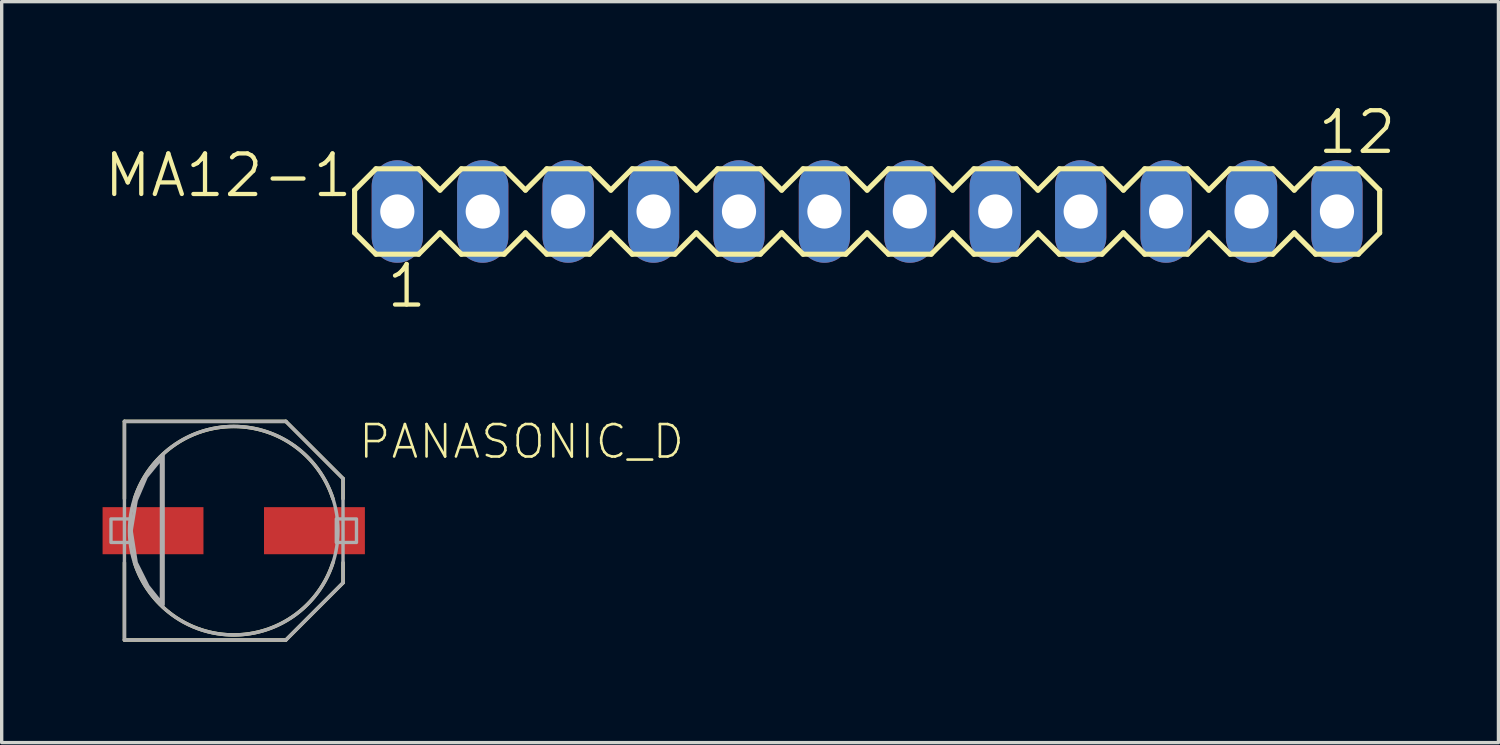
<source format=kicad_pcb>
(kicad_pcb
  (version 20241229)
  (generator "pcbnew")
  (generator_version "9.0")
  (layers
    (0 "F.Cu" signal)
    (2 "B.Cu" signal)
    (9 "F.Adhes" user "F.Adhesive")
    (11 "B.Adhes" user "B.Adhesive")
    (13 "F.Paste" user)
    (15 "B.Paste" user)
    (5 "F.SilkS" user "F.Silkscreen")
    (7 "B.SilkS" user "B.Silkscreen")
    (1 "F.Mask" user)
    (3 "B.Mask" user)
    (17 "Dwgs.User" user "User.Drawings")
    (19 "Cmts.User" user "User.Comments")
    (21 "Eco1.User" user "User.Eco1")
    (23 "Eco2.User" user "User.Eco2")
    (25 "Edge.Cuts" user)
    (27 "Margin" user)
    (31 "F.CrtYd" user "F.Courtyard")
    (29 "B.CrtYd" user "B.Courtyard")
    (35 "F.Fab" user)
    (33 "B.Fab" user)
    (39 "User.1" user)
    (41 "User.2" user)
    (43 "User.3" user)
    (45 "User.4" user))
  (footprint "PANASONIC_D"
    (layer "F.Cu")
    (at 3.9 12.73)
    (property "Reference" "PANASONIC_D" (at 3.661 -2.084 180) (layer "F.SilkS") (effects (font (size 0.965 0.965) (thickness 0.077)) (justify left bottom)))
    (attr through_hole)
    (fp_line (start -3.25 -3.25) (end 1.55 -3.25) (stroke (width 0.102) (type solid)) (layer "F.SilkS"))
    (fp_line (start -3.25 -0.95) (end -3.25 -3.25) (stroke (width 0.102) (type solid)) (layer "F.SilkS"))
    (fp_line (start -3.25 3.25) (end -3.25 0.95) (stroke (width 0.102) (type solid)) (layer "F.SilkS"))
    (fp_line (start 1.55 -3.25) (end 3.25 -1.55) (stroke (width 0.102) (type solid)) (layer "F.SilkS"))
    (fp_line (start 1.55 3.25) (end -3.25 3.25) (stroke (width 0.102) (type solid)) (layer "F.SilkS"))
    (fp_line (start 3.25 -1.55) (end 3.25 -0.95) (stroke (width 0.102) (type solid)) (layer "F.SilkS"))
    (fp_line (start 3.25 0.95) (end 3.25 1.55) (stroke (width 0.102) (type solid)) (layer "F.SilkS"))
    (fp_line (start 3.25 1.55) (end 1.55 3.25) (stroke (width 0.102) (type solid)) (layer "F.SilkS"))
    (fp_arc (start -2.95 -0.95) (mid 0 -3.099193) (end 2.95 -0.95) (stroke (width 0.1016) (type solid)) (layer "F.SilkS"))
    (fp_arc (start 2.95 0.95) (mid 0 3.099193) (end -2.95 0.95) (stroke (width 0.1016) (type solid)) (layer "F.SilkS"))
    (fp_line (start -3.25 -3.25) (end 1.55 -3.25) (stroke (width 0.102) (type solid)) (layer "F.Fab"))
    (fp_line (start -3.25 3.25) (end -3.25 -3.25) (stroke (width 0.102) (type solid)) (layer "F.Fab"))
    (fp_line (start -2.1 -2.25) (end -2.1 2.2) (stroke (width 0.102) (type solid)) (layer "F.Fab"))
    (fp_line (start 1.55 -3.25) (end 3.25 -1.55) (stroke (width 0.102) (type solid)) (layer "F.Fab"))
    (fp_line (start 1.55 3.25) (end -3.25 3.25) (stroke (width 0.102) (type solid)) (layer "F.Fab"))
    (fp_line (start 3.25 -1.55) (end 3.25 1.55) (stroke (width 0.102) (type solid)) (layer "F.Fab"))
    (fp_line (start 3.25 1.55) (end 1.55 3.25) (stroke (width 0.102) (type solid)) (layer "F.Fab"))
    (fp_circle (center 0 0) (end 3.1 0) (stroke (width 0.102) (type solid)) (fill no) (layer "F.Fab"))
    (fp_poly (pts (xy -3.65 0.35) (xy -3.05 0.35) (xy -3.05 -0.35) (xy -3.65 -0.35)) (stroke (width 0.1) (type solid)) (fill no) (layer "F.Fab"))
    (fp_poly (pts (xy 3.05 0.35) (xy 3.65 0.35) (xy 3.65 -0.35) (xy 3.05 -0.35)) (stroke (width 0.1) (type solid)) (fill no) (layer "F.Fab"))
    (fp_poly (pts (xy -2.15 -2.15) (xy -2.6 -1.6) (xy -2.9 -0.9) (xy -3.05 0) (xy -2.9 0.95) (xy -2.55 1.65) (xy -2.15 2.15) (xy -2.15 -2.1)) (stroke (width 0.1) (type solid)) (fill no) (layer "F.Fab"))
    (pad "+" smd rect (at 2.4 0) (size 3 1.4) (layers "F.Cu" "F.Mask" "F.Paste"))
    (pad "-" smd rect (at -2.4 0) (size 3 1.4) (layers "F.Cu" "F.Mask" "F.Paste")))
  (footprint "MA12-1"
    (layer "F.Cu")
    (at 22.734 3.239)
    (property "Reference" "MA12-1" (at -15.24 -1.778 0) (layer "F.SilkS") (effects (font (size 1.206 1.206) (thickness 0.127)) (justify right top)))
    (attr through_hole)
    (fp_line (start -15.24 -0.635) (end -15.24 0.635) (stroke (width 0.152) (type solid)) (layer "F.SilkS"))
    (fp_line (start -15.24 0.635) (end -14.605 1.27) (stroke (width 0.152) (type solid)) (layer "F.SilkS"))
    (fp_line (start -14.605 -1.27) (end -15.24 -0.635) (stroke (width 0.152) (type solid)) (layer "F.SilkS"))
    (fp_line (start -14.605 -1.27) (end -13.335 -1.27) (stroke (width 0.152) (type solid)) (layer "F.SilkS"))
    (fp_line (start -13.335 -1.27) (end -12.7 -0.635) (stroke (width 0.152) (type solid)) (layer "F.SilkS"))
    (fp_line (start -13.335 1.27) (end -14.605 1.27) (stroke (width 0.152) (type solid)) (layer "F.SilkS"))
    (fp_line (start -12.7 -0.635) (end -12.065 -1.27) (stroke (width 0.152) (type solid)) (layer "F.SilkS"))
    (fp_line (start -12.7 0.635) (end -13.335 1.27) (stroke (width 0.152) (type solid)) (layer "F.SilkS"))
    (fp_line (start -12.065 -1.27) (end -10.795 -1.27) (stroke (width 0.152) (type solid)) (layer "F.SilkS"))
    (fp_line (start -12.065 1.27) (end -12.7 0.635) (stroke (width 0.152) (type solid)) (layer "F.SilkS"))
    (fp_line (start -10.795 -1.27) (end -10.16 -0.635) (stroke (width 0.152) (type solid)) (layer "F.SilkS"))
    (fp_line (start -10.795 1.27) (end -12.065 1.27) (stroke (width 0.152) (type solid)) (layer "F.SilkS"))
    (fp_line (start -10.16 -0.635) (end -9.525 -1.27) (stroke (width 0.152) (type solid)) (layer "F.SilkS"))
    (fp_line (start -10.16 0.635) (end -10.795 1.27) (stroke (width 0.152) (type solid)) (layer "F.SilkS"))
    (fp_line (start -9.525 -1.27) (end -8.255 -1.27) (stroke (width 0.152) (type solid)) (layer "F.SilkS"))
    (fp_line (start -9.525 1.27) (end -10.16 0.635) (stroke (width 0.152) (type solid)) (layer "F.SilkS"))
    (fp_line (start -8.255 -1.27) (end -7.62 -0.635) (stroke (width 0.152) (type solid)) (layer "F.SilkS"))
    (fp_line (start -8.255 1.27) (end -9.525 1.27) (stroke (width 0.152) (type solid)) (layer "F.SilkS"))
    (fp_line (start -7.62 0.635) (end -8.255 1.27) (stroke (width 0.152) (type solid)) (layer "F.SilkS"))
    (fp_line (start -7.62 0.635) (end -6.985 1.27) (stroke (width 0.152) (type solid)) (layer "F.SilkS"))
    (fp_line (start -6.985 -1.27) (end -7.62 -0.635) (stroke (width 0.152) (type solid)) (layer "F.SilkS"))
    (fp_line (start -6.985 -1.27) (end -5.715 -1.27) (stroke (width 0.152) (type solid)) (layer "F.SilkS"))
    (fp_line (start -5.715 -1.27) (end -5.08 -0.635) (stroke (width 0.152) (type solid)) (layer "F.SilkS"))
    (fp_line (start -5.715 1.27) (end -6.985 1.27) (stroke (width 0.152) (type solid)) (layer "F.SilkS"))
    (fp_line (start -5.08 -0.635) (end -4.445 -1.27) (stroke (width 0.152) (type solid)) (layer "F.SilkS"))
    (fp_line (start -5.08 0.635) (end -5.715 1.27) (stroke (width 0.152) (type solid)) (layer "F.SilkS"))
    (fp_line (start -4.445 -1.27) (end -3.175 -1.27) (stroke (width 0.152) (type solid)) (layer "F.SilkS"))
    (fp_line (start -4.445 1.27) (end -5.08 0.635) (stroke (width 0.152) (type solid)) (layer "F.SilkS"))
    (fp_line (start -3.175 -1.27) (end -2.54 -0.635) (stroke (width 0.152) (type solid)) (layer "F.SilkS"))
    (fp_line (start -3.175 1.27) (end -4.445 1.27) (stroke (width 0.152) (type solid)) (layer "F.SilkS"))
    (fp_line (start -2.54 -0.635) (end -1.905 -1.27) (stroke (width 0.152) (type solid)) (layer "F.SilkS"))
    (fp_line (start -2.54 0.635) (end -3.175 1.27) (stroke (width 0.152) (type solid)) (layer "F.SilkS"))
    (fp_line (start -1.905 -1.27) (end -0.635 -1.27) (stroke (width 0.152) (type solid)) (layer "F.SilkS"))
    (fp_line (start -1.905 1.27) (end -2.54 0.635) (stroke (width 0.152) (type solid)) (layer "F.SilkS"))
    (fp_line (start -0.635 -1.27) (end 0 -0.635) (stroke (width 0.152) (type solid)) (layer "F.SilkS"))
    (fp_line (start -0.635 1.27) (end -1.905 1.27) (stroke (width 0.152) (type solid)) (layer "F.SilkS"))
    (fp_line (start 0 0.635) (end -0.635 1.27) (stroke (width 0.152) (type solid)) (layer "F.SilkS"))
    (fp_line (start 0 0.635) (end 0.635 1.27) (stroke (width 0.152) (type solid)) (layer "F.SilkS"))
    (fp_line (start 0.635 -1.27) (end 0 -0.635) (stroke (width 0.152) (type solid)) (layer "F.SilkS"))
    (fp_line (start 0.635 -1.27) (end 1.905 -1.27) (stroke (width 0.152) (type solid)) (layer "F.SilkS"))
    (fp_line (start 1.905 -1.27) (end 2.54 -0.635) (stroke (width 0.152) (type solid)) (layer "F.SilkS"))
    (fp_line (start 1.905 1.27) (end 0.635 1.27) (stroke (width 0.152) (type solid)) (layer "F.SilkS"))
    (fp_line (start 2.54 -0.635) (end 3.175 -1.27) (stroke (width 0.152) (type solid)) (layer "F.SilkS"))
    (fp_line (start 2.54 0.635) (end 1.905 1.27) (stroke (width 0.152) (type solid)) (layer "F.SilkS"))
    (fp_line (start 3.175 -1.27) (end 4.445 -1.27) (stroke (width 0.152) (type solid)) (layer "F.SilkS"))
    (fp_line (start 3.175 1.27) (end 2.54 0.635) (stroke (width 0.152) (type solid)) (layer "F.SilkS"))
    (fp_line (start 4.445 -1.27) (end 5.08 -0.635) (stroke (width 0.152) (type solid)) (layer "F.SilkS"))
    (fp_line (start 4.445 1.27) (end 3.175 1.27) (stroke (width 0.152) (type solid)) (layer "F.SilkS"))
    (fp_line (start 5.08 -0.635) (end 5.715 -1.27) (stroke (width 0.152) (type solid)) (layer "F.SilkS"))
    (fp_line (start 5.08 0.635) (end 4.445 1.27) (stroke (width 0.152) (type solid)) (layer "F.SilkS"))
    (fp_line (start 5.715 -1.27) (end 6.985 -1.27) (stroke (width 0.152) (type solid)) (layer "F.SilkS"))
    (fp_line (start 5.715 1.27) (end 5.08 0.635) (stroke (width 0.152) (type solid)) (layer "F.SilkS"))
    (fp_line (start 6.985 -1.27) (end 7.62 -0.635) (stroke (width 0.152) (type solid)) (layer "F.SilkS"))
    (fp_line (start 6.985 1.27) (end 5.715 1.27) (stroke (width 0.152) (type solid)) (layer "F.SilkS"))
    (fp_line (start 7.62 0.635) (end 6.985 1.27) (stroke (width 0.152) (type solid)) (layer "F.SilkS"))
    (fp_line (start 7.62 0.635) (end 8.255 1.27) (stroke (width 0.152) (type solid)) (layer "F.SilkS"))
    (fp_line (start 8.255 -1.27) (end 7.62 -0.635) (stroke (width 0.152) (type solid)) (layer "F.SilkS"))
    (fp_line (start 8.255 -1.27) (end 9.525 -1.27) (stroke (width 0.152) (type solid)) (layer "F.SilkS"))
    (fp_line (start 9.525 -1.27) (end 10.16 -0.635) (stroke (width 0.152) (type solid)) (layer "F.SilkS"))
    (fp_line (start 9.525 1.27) (end 8.255 1.27) (stroke (width 0.152) (type solid)) (layer "F.SilkS"))
    (fp_line (start 10.16 -0.635) (end 10.795 -1.27) (stroke (width 0.152) (type solid)) (layer "F.SilkS"))
    (fp_line (start 10.16 0.635) (end 9.525 1.27) (stroke (width 0.152) (type solid)) (layer "F.SilkS"))
    (fp_line (start 10.795 -1.27) (end 12.065 -1.27) (stroke (width 0.152) (type solid)) (layer "F.SilkS"))
    (fp_line (start 10.795 1.27) (end 10.16 0.635) (stroke (width 0.152) (type solid)) (layer "F.SilkS"))
    (fp_line (start 12.065 -1.27) (end 12.7 -0.635) (stroke (width 0.152) (type solid)) (layer "F.SilkS"))
    (fp_line (start 12.065 1.27) (end 10.795 1.27) (stroke (width 0.152) (type solid)) (layer "F.SilkS"))
    (fp_line (start 12.7 -0.635) (end 13.335 -1.27) (stroke (width 0.152) (type solid)) (layer "F.SilkS"))
    (fp_line (start 12.7 0.635) (end 12.065 1.27) (stroke (width 0.152) (type solid)) (layer "F.SilkS"))
    (fp_line (start 13.335 -1.27) (end 14.605 -1.27) (stroke (width 0.152) (type solid)) (layer "F.SilkS"))
    (fp_line (start 13.335 1.27) (end 12.7 0.635) (stroke (width 0.152) (type solid)) (layer "F.SilkS"))
    (fp_line (start 14.605 -1.27) (end 15.24 -0.635) (stroke (width 0.152) (type solid)) (layer "F.SilkS"))
    (fp_line (start 14.605 1.27) (end 13.335 1.27) (stroke (width 0.152) (type solid)) (layer "F.SilkS"))
    (fp_line (start 15.24 -0.635) (end 15.24 0.635) (stroke (width 0.152) (type solid)) (layer "F.SilkS"))
    (fp_line (start 15.24 0.635) (end 14.605 1.27) (stroke (width 0.152) (type solid)) (layer "F.SilkS"))
    (fp_poly (pts (xy -14.224 0.254) (xy -13.716 0.254) (xy -13.716 -0.254) (xy -14.224 -0.254)) (stroke (width 0.1) (type solid)) (fill no) (layer "F.Fab"))
    (fp_poly (pts (xy -11.684 0.254) (xy -11.176 0.254) (xy -11.176 -0.254) (xy -11.684 -0.254)) (stroke (width 0.1) (type solid)) (fill no) (layer "F.Fab"))
    (fp_poly (pts (xy -9.144 0.254) (xy -8.636 0.254) (xy -8.636 -0.254) (xy -9.144 -0.254)) (stroke (width 0.1) (type solid)) (fill no) (layer "F.Fab"))
    (fp_poly (pts (xy -6.604 0.254) (xy -6.096 0.254) (xy -6.096 -0.254) (xy -6.604 -0.254)) (stroke (width 0.1) (type solid)) (fill no) (layer "F.Fab"))
    (fp_poly (pts (xy -4.064 0.254) (xy -3.556 0.254) (xy -3.556 -0.254) (xy -4.064 -0.254)) (stroke (width 0.1) (type solid)) (fill no) (layer "F.Fab"))
    (fp_poly (pts (xy -1.524 0.254) (xy -1.016 0.254) (xy -1.016 -0.254) (xy -1.524 -0.254)) (stroke (width 0.1) (type solid)) (fill no) (layer "F.Fab"))
    (fp_poly (pts (xy 1.016 0.254) (xy 1.524 0.254) (xy 1.524 -0.254) (xy 1.016 -0.254)) (stroke (width 0.1) (type solid)) (fill no) (layer "F.Fab"))
    (fp_poly (pts (xy 3.556 0.254) (xy 4.064 0.254) (xy 4.064 -0.254) (xy 3.556 -0.254)) (stroke (width 0.1) (type solid)) (fill no) (layer "F.Fab"))
    (fp_poly (pts (xy 6.096 0.254) (xy 6.604 0.254) (xy 6.604 -0.254) (xy 6.096 -0.254)) (stroke (width 0.1) (type solid)) (fill no) (layer "F.Fab"))
    (fp_poly (pts (xy 8.636 0.254) (xy 9.144 0.254) (xy 9.144 -0.254) (xy 8.636 -0.254)) (stroke (width 0.1) (type solid)) (fill no) (layer "F.Fab"))
    (fp_poly (pts (xy 11.176 0.254) (xy 11.684 0.254) (xy 11.684 -0.254) (xy 11.176 -0.254)) (stroke (width 0.1) (type solid)) (fill no) (layer "F.Fab"))
    (fp_poly (pts (xy 13.716 0.254) (xy 14.224 0.254) (xy 14.224 -0.254) (xy 13.716 -0.254)) (stroke (width 0.1) (type solid)) (fill no) (layer "F.Fab"))
    (fp_text user "1" (at -14.351 2.921 0) (layer "F.SilkS") (effects (font (size 1.206 1.206) (thickness 0.127)) (justify left bottom)))
    (fp_text user "12" (at 13.335 -1.651 0) (layer "F.SilkS") (effects (font (size 1.206 1.206) (thickness 0.127)) (justify left bottom)))
    (pad "1" thru_hole oval (at -13.97 0 90) (size 3.048 1.524) (drill 1.016) (layers "*.Cu" "*.Mask"))
    (pad "2" thru_hole oval (at -11.43 0 90) (size 3.048 1.524) (drill 1.016) (layers "*.Cu" "*.Mask"))
    (pad "3" thru_hole oval (at -8.89 0 90) (size 3.048 1.524) (drill 1.016) (layers "*.Cu" "*.Mask"))
    (pad "4" thru_hole oval (at -6.35 0 90) (size 3.048 1.524) (drill 1.016) (layers "*.Cu" "*.Mask"))
    (pad "5" thru_hole oval (at -3.81 0 90) (size 3.048 1.524) (drill 1.016) (layers "*.Cu" "*.Mask"))
    (pad "6" thru_hole oval (at -1.27 0 90) (size 3.048 1.524) (drill 1.016) (layers "*.Cu" "*.Mask"))
    (pad "7" thru_hole oval (at 1.27 0 90) (size 3.048 1.524) (drill 1.016) (layers "*.Cu" "*.Mask"))
    (pad "8" thru_hole oval (at 3.81 0 90) (size 3.048 1.524) (drill 1.016) (layers "*.Cu" "*.Mask"))
    (pad "9" thru_hole oval (at 6.35 0 90) (size 3.048 1.524) (drill 1.016) (layers "*.Cu" "*.Mask"))
    (pad "10" thru_hole oval (at 8.89 0 90) (size 3.048 1.524) (drill 1.016) (layers "*.Cu" "*.Mask"))
    (pad "11" thru_hole oval (at 11.43 0 90) (size 3.048 1.524) (drill 1.016) (layers "*.Cu" "*.Mask"))
    (pad "12" thru_hole oval (at 13.97 0 90) (size 3.048 1.524) (drill 1.016) (layers "*.Cu" "*.Mask")))
  (gr_rect
    (start -3 -3)
    (end 41.506 19.031)
    (stroke (width 0.1) (type default))
    (fill no)
    (layer "Edge.Cuts")))
</source>
